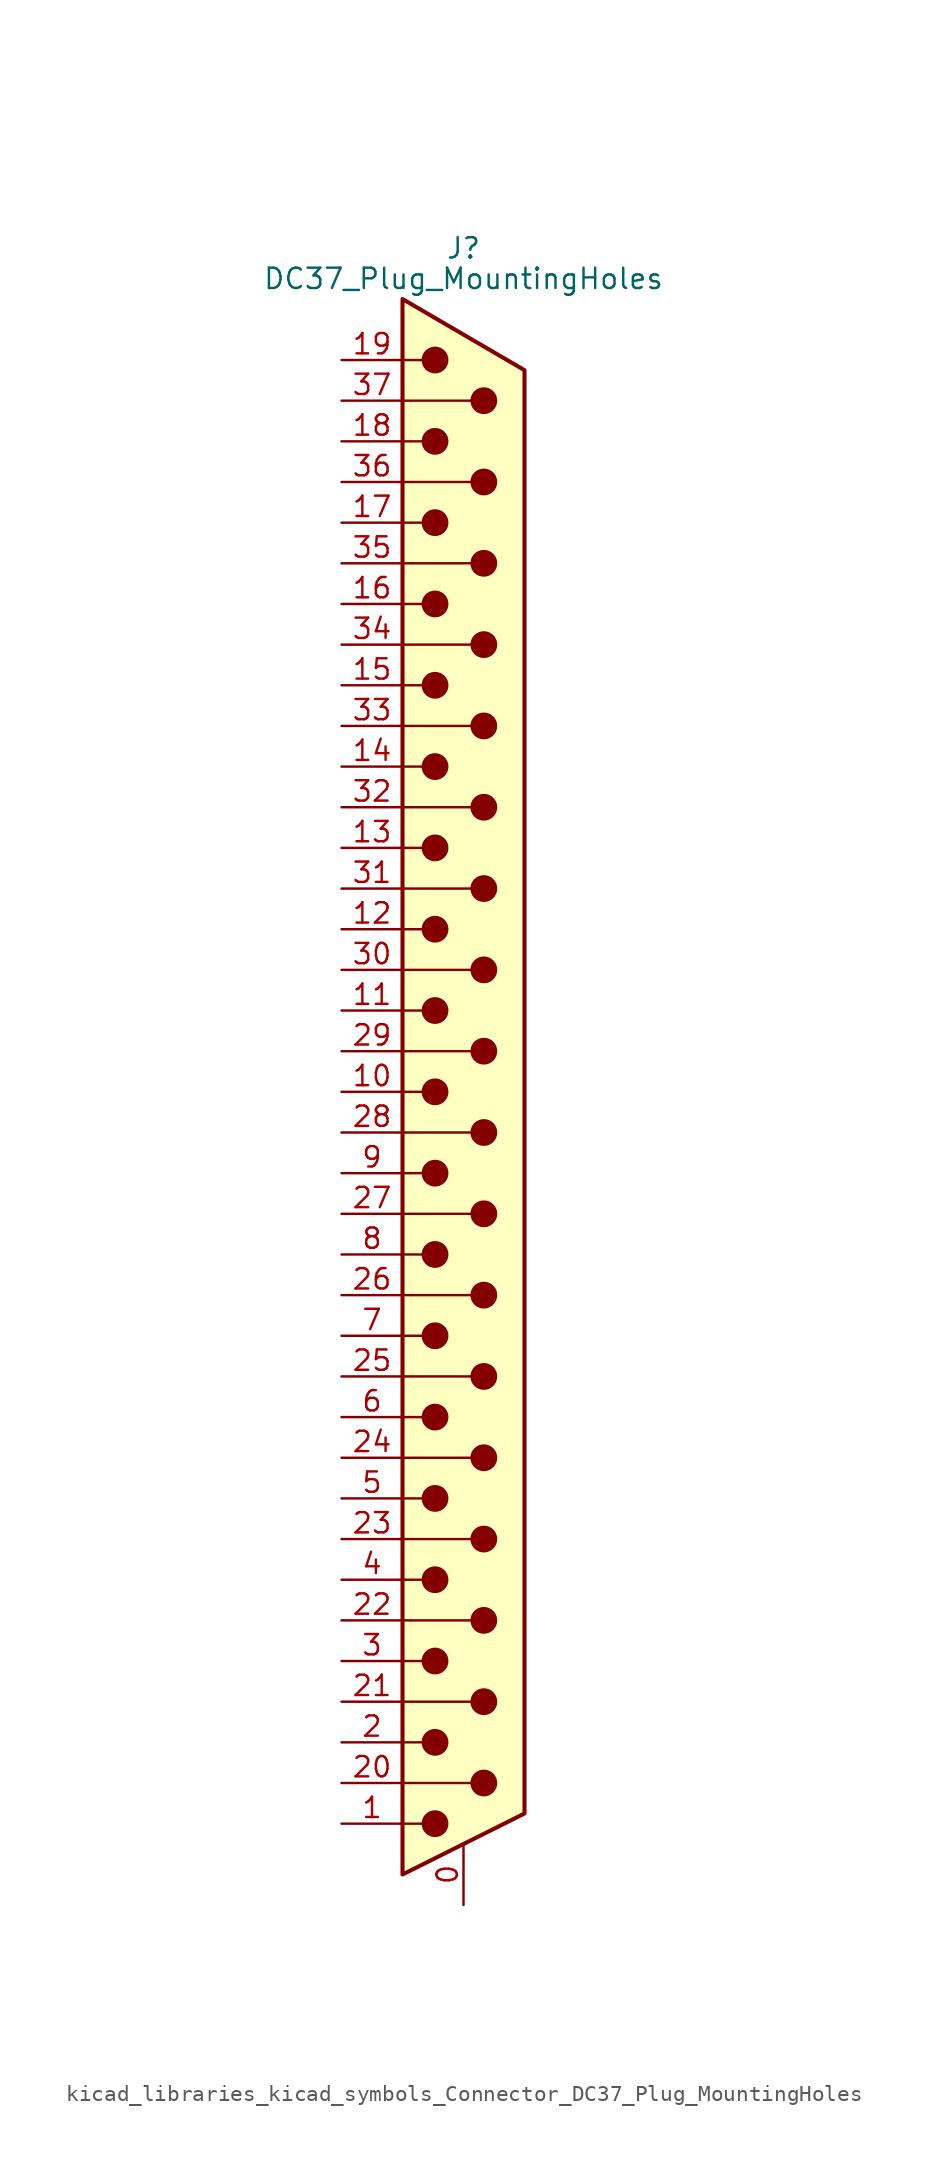
<source format=kicad_sym>
(kicad_symbol_lib
  (version 20220914)
  (generator kicad_symbol_editor)
  (symbol "kicad_libraries_kicad_symbols_Connector_DC37_Plug_MountingHoles"
    (pin_names
      (offset 1.016) hide)
    (property "Reference" "J"
      (at 0 52.705 0)
      (effects (font (size 1.27 1.27))))
    (property "Value" "DC37_Plug_MountingHoles"
      (at 0 50.8 0)
      (effects (font (size 1.27 1.27))))
    (symbol "kicad_libraries_kicad_symbols_Connector_DC37_Plug_MountingHoles_0_1"
      (circle (center -1.778 -45.72) (radius 0.762) (stroke (width 0) (type default)) (fill (type outline)))
      (circle (center -1.778 -40.64) (radius 0.762) (stroke (width 0) (type default)) (fill (type outline)))
      (circle (center -1.778 -35.56) (radius 0.762) (stroke (width 0) (type default)) (fill (type outline)))
      (circle (center -1.778 -30.48) (radius 0.762) (stroke (width 0) (type default)) (fill (type outline)))
      (circle (center -1.778 -25.4) (radius 0.762) (stroke (width 0) (type default)) (fill (type outline)))
      (circle (center -1.778 -20.32) (radius 0.762) (stroke (width 0) (type default)) (fill (type outline)))
      (circle (center -1.778 -15.24) (radius 0.762) (stroke (width 0) (type default)) (fill (type outline)))
      (circle (center -1.778 -10.16) (radius 0.762) (stroke (width 0) (type default)) (fill (type outline)))
      (circle (center -1.778 -5.08) (radius 0.762) (stroke (width 0) (type default)) (fill (type outline)))
      (circle (center -1.778 0) (radius 0.762) (stroke (width 0) (type default)) (fill (type outline)))
      (circle (center -1.778 5.08) (radius 0.762) (stroke (width 0) (type default)) (fill (type outline)))
      (circle (center -1.778 10.16) (radius 0.762) (stroke (width 0) (type default)) (fill (type outline)))
      (circle (center -1.778 15.24) (radius 0.762) (stroke (width 0) (type default)) (fill (type outline)))
      (circle (center -1.778 20.32) (radius 0.762) (stroke (width 0) (type default)) (fill (type outline)))
      (circle (center -1.778 25.4) (radius 0.762) (stroke (width 0) (type default)) (fill (type outline)))
      (circle (center -1.778 30.48) (radius 0.762) (stroke (width 0) (type default)) (fill (type outline)))
      (circle (center -1.778 35.56) (radius 0.762) (stroke (width 0) (type default)) (fill (type outline)))
      (circle (center -1.778 40.64) (radius 0.762) (stroke (width 0) (type default)) (fill (type outline)))
      (circle (center -1.778 45.72) (radius 0.762) (stroke (width 0) (type default)) (fill (type outline)))
      (polyline (pts (xy -3.81 -45.72) (xy -2.54 -45.72)) (stroke (width 0) (type default)) (fill (type none)))
      (polyline (pts (xy -3.81 -43.18) (xy 0.508 -43.18)) (stroke (width 0) (type default)) (fill (type none)))
      (polyline (pts (xy -3.81 -40.64) (xy -2.54 -40.64)) (stroke (width 0) (type default)) (fill (type none)))
      (polyline (pts (xy -3.81 -38.1) (xy 0.508 -38.1)) (stroke (width 0) (type default)) (fill (type none)))
      (polyline (pts (xy -3.81 -35.56) (xy -2.54 -35.56)) (stroke (width 0) (type default)) (fill (type none)))
      (polyline (pts (xy -3.81 -33.02) (xy 0.508 -33.02)) (stroke (width 0) (type default)) (fill (type none)))
      (polyline (pts (xy -3.81 -30.48) (xy -2.54 -30.48)) (stroke (width 0) (type default)) (fill (type none)))
      (polyline (pts (xy -3.81 -27.94) (xy 0.508 -27.94)) (stroke (width 0) (type default)) (fill (type none)))
      (polyline (pts (xy -3.81 -25.4) (xy -2.54 -25.4)) (stroke (width 0) (type default)) (fill (type none)))
      (polyline (pts (xy -3.81 -22.86) (xy 0.508 -22.86)) (stroke (width 0) (type default)) (fill (type none)))
      (polyline (pts (xy -3.81 -20.32) (xy -2.54 -20.32)) (stroke (width 0) (type default)) (fill (type none)))
      (polyline (pts (xy -3.81 -17.78) (xy 0.508 -17.78)) (stroke (width 0) (type default)) (fill (type none)))
      (polyline (pts (xy -3.81 -15.24) (xy -2.54 -15.24)) (stroke (width 0) (type default)) (fill (type none)))
      (polyline (pts (xy -3.81 -12.7) (xy 0.508 -12.7)) (stroke (width 0) (type default)) (fill (type none)))
      (polyline (pts (xy -3.81 -10.16) (xy -2.54 -10.16)) (stroke (width 0) (type default)) (fill (type none)))
      (polyline (pts (xy -3.81 -7.62) (xy 0.508 -7.62)) (stroke (width 0) (type default)) (fill (type none)))
      (polyline (pts (xy -3.81 -5.08) (xy -2.54 -5.08)) (stroke (width 0) (type default)) (fill (type none)))
      (polyline (pts (xy -3.81 -2.54) (xy 0.508 -2.54)) (stroke (width 0) (type default)) (fill (type none)))
      (polyline (pts (xy -3.81 0) (xy -2.54 0)) (stroke (width 0) (type default)) (fill (type none)))
      (polyline (pts (xy -3.81 2.54) (xy 0.508 2.54)) (stroke (width 0) (type default)) (fill (type none)))
      (polyline (pts (xy -3.81 5.08) (xy -2.54 5.08)) (stroke (width 0) (type default)) (fill (type none)))
      (polyline (pts (xy -3.81 7.62) (xy 0.508 7.62)) (stroke (width 0) (type default)) (fill (type none)))
      (polyline (pts (xy -3.81 10.16) (xy -2.54 10.16)) (stroke (width 0) (type default)) (fill (type none)))
      (polyline (pts (xy -3.81 12.7) (xy 0.508 12.7)) (stroke (width 0) (type default)) (fill (type none)))
      (polyline (pts (xy -3.81 15.24) (xy -2.54 15.24)) (stroke (width 0) (type default)) (fill (type none)))
      (polyline (pts (xy -3.81 17.78) (xy 0.508 17.78)) (stroke (width 0) (type default)) (fill (type none)))
      (polyline (pts (xy -3.81 20.32) (xy -2.54 20.32)) (stroke (width 0) (type default)) (fill (type none)))
      (polyline (pts (xy -3.81 22.86) (xy 0.508 22.86)) (stroke (width 0) (type default)) (fill (type none)))
      (polyline (pts (xy -3.81 25.4) (xy -2.54 25.4)) (stroke (width 0) (type default)) (fill (type none)))
      (polyline (pts (xy -3.81 27.94) (xy 0.508 27.94)) (stroke (width 0) (type default)) (fill (type none)))
      (polyline (pts (xy -3.81 30.48) (xy -2.54 30.48)) (stroke (width 0) (type default)) (fill (type none)))
      (polyline (pts (xy -3.81 33.02) (xy 0.508 33.02)) (stroke (width 0) (type default)) (fill (type none)))
      (polyline (pts (xy -3.81 35.56) (xy -2.54 35.56)) (stroke (width 0) (type default)) (fill (type none)))
      (polyline (pts (xy -3.81 38.1) (xy 0.508 38.1)) (stroke (width 0) (type default)) (fill (type none)))
      (polyline (pts (xy -3.81 40.64) (xy -2.54 40.64)) (stroke (width 0) (type default)) (fill (type none)))
      (polyline (pts (xy -3.81 43.18) (xy 0.508 43.18)) (stroke (width 0) (type default)) (fill (type none)))
      (polyline (pts (xy -3.81 45.72) (xy -2.54 45.72)) (stroke (width 0) (type default)) (fill (type none)))
      (polyline (pts (xy -3.81 49.53) (xy 3.81 45.085) (xy 3.81 -45.085) (xy -3.81 -48.895) (xy -3.81 49.53)) (stroke (width 0.254) (type default)) (fill (type background)))
      (circle (center 1.27 -43.18) (radius 0.762) (stroke (width 0) (type default)) (fill (type outline)))
      (circle (center 1.27 -38.1) (radius 0.762) (stroke (width 0) (type default)) (fill (type outline)))
      (circle (center 1.27 -33.02) (radius 0.762) (stroke (width 0) (type default)) (fill (type outline)))
      (circle (center 1.27 -27.94) (radius 0.762) (stroke (width 0) (type default)) (fill (type outline)))
      (circle (center 1.27 -22.86) (radius 0.762) (stroke (width 0) (type default)) (fill (type outline)))
      (circle (center 1.27 -17.78) (radius 0.762) (stroke (width 0) (type default)) (fill (type outline)))
      (circle (center 1.27 -12.7) (radius 0.762) (stroke (width 0) (type default)) (fill (type outline)))
      (circle (center 1.27 -7.62) (radius 0.762) (stroke (width 0) (type default)) (fill (type outline)))
      (circle (center 1.27 -2.54) (radius 0.762) (stroke (width 0) (type default)) (fill (type outline)))
      (circle (center 1.27 2.54) (radius 0.762) (stroke (width 0) (type default)) (fill (type outline)))
      (circle (center 1.27 7.62) (radius 0.762) (stroke (width 0) (type default)) (fill (type outline)))
      (circle (center 1.27 12.7) (radius 0.762) (stroke (width 0) (type default)) (fill (type outline)))
      (circle (center 1.27 17.78) (radius 0.762) (stroke (width 0) (type default)) (fill (type outline)))
      (circle (center 1.27 22.86) (radius 0.762) (stroke (width 0) (type default)) (fill (type outline)))
      (circle (center 1.27 27.94) (radius 0.762) (stroke (width 0) (type default)) (fill (type outline)))
      (circle (center 1.27 33.02) (radius 0.762) (stroke (width 0) (type default)) (fill (type outline)))
      (circle (center 1.27 38.1) (radius 0.762) (stroke (width 0) (type default)) (fill (type outline)))
      (circle (center 1.27 43.18) (radius 0.762) (stroke (width 0) (type default)) (fill (type outline))))
    (symbol "kicad_libraries_kicad_symbols_Connector_DC37_Plug_MountingHoles_1_1"
      (pin passive line (at 0 -50.8 90) (length 3.81) (name "PAD" (effects (font (size 1.27 1.27)))) (number "0" (effects (font (size 1.27 1.27)))))
      (pin passive line (at -7.62 -45.72 0) (length 3.81) (name "1" (effects (font (size 1.27 1.27)))) (number "1" (effects (font (size 1.27 1.27)))))
      (pin passive line (at -7.62 0 0) (length 3.81) (name "10" (effects (font (size 1.27 1.27)))) (number "10" (effects (font (size 1.27 1.27)))))
      (pin passive line (at -7.62 5.08 0) (length 3.81) (name "11" (effects (font (size 1.27 1.27)))) (number "11" (effects (font (size 1.27 1.27)))))
      (pin passive line (at -7.62 10.16 0) (length 3.81) (name "12" (effects (font (size 1.27 1.27)))) (number "12" (effects (font (size 1.27 1.27)))))
      (pin passive line (at -7.62 15.24 0) (length 3.81) (name "13" (effects (font (size 1.27 1.27)))) (number "13" (effects (font (size 1.27 1.27)))))
      (pin passive line (at -7.62 20.32 0) (length 3.81) (name "14" (effects (font (size 1.27 1.27)))) (number "14" (effects (font (size 1.27 1.27)))))
      (pin passive line (at -7.62 25.4 0) (length 3.81) (name "15" (effects (font (size 1.27 1.27)))) (number "15" (effects (font (size 1.27 1.27)))))
      (pin passive line (at -7.62 30.48 0) (length 3.81) (name "16" (effects (font (size 1.27 1.27)))) (number "16" (effects (font (size 1.27 1.27)))))
      (pin passive line (at -7.62 35.56 0) (length 3.81) (name "17" (effects (font (size 1.27 1.27)))) (number "17" (effects (font (size 1.27 1.27)))))
      (pin passive line (at -7.62 40.64 0) (length 3.81) (name "18" (effects (font (size 1.27 1.27)))) (number "18" (effects (font (size 1.27 1.27)))))
      (pin passive line (at -7.62 45.72 0) (length 3.81) (name "19" (effects (font (size 1.27 1.27)))) (number "19" (effects (font (size 1.27 1.27)))))
      (pin passive line (at -7.62 -40.64 0) (length 3.81) (name "2" (effects (font (size 1.27 1.27)))) (number "2" (effects (font (size 1.27 1.27)))))
      (pin passive line (at -7.62 -43.18 0) (length 3.81) (name "20" (effects (font (size 1.27 1.27)))) (number "20" (effects (font (size 1.27 1.27)))))
      (pin passive line (at -7.62 -38.1 0) (length 3.81) (name "21" (effects (font (size 1.27 1.27)))) (number "21" (effects (font (size 1.27 1.27)))))
      (pin passive line (at -7.62 -33.02 0) (length 3.81) (name "22" (effects (font (size 1.27 1.27)))) (number "22" (effects (font (size 1.27 1.27)))))
      (pin passive line (at -7.62 -27.94 0) (length 3.81) (name "23" (effects (font (size 1.27 1.27)))) (number "23" (effects (font (size 1.27 1.27)))))
      (pin passive line (at -7.62 -22.86 0) (length 3.81) (name "24" (effects (font (size 1.27 1.27)))) (number "24" (effects (font (size 1.27 1.27)))))
      (pin passive line (at -7.62 -17.78 0) (length 3.81) (name "25" (effects (font (size 1.27 1.27)))) (number "25" (effects (font (size 1.27 1.27)))))
      (pin passive line (at -7.62 -12.7 0) (length 3.81) (name "26" (effects (font (size 1.27 1.27)))) (number "26" (effects (font (size 1.27 1.27)))))
      (pin passive line (at -7.62 -7.62 0) (length 3.81) (name "27" (effects (font (size 1.27 1.27)))) (number "27" (effects (font (size 1.27 1.27)))))
      (pin passive line (at -7.62 -2.54 0) (length 3.81) (name "28" (effects (font (size 1.27 1.27)))) (number "28" (effects (font (size 1.27 1.27)))))
      (pin passive line (at -7.62 2.54 0) (length 3.81) (name "29" (effects (font (size 1.27 1.27)))) (number "29" (effects (font (size 1.27 1.27)))))
      (pin passive line (at -7.62 -35.56 0) (length 3.81) (name "3" (effects (font (size 1.27 1.27)))) (number "3" (effects (font (size 1.27 1.27)))))
      (pin passive line (at -7.62 7.62 0) (length 3.81) (name "30" (effects (font (size 1.27 1.27)))) (number "30" (effects (font (size 1.27 1.27)))))
      (pin passive line (at -7.62 12.7 0) (length 3.81) (name "31" (effects (font (size 1.27 1.27)))) (number "31" (effects (font (size 1.27 1.27)))))
      (pin passive line (at -7.62 17.78 0) (length 3.81) (name "32" (effects (font (size 1.27 1.27)))) (number "32" (effects (font (size 1.27 1.27)))))
      (pin passive line (at -7.62 22.86 0) (length 3.81) (name "33" (effects (font (size 1.27 1.27)))) (number "33" (effects (font (size 1.27 1.27)))))
      (pin passive line (at -7.62 27.94 0) (length 3.81) (name "34" (effects (font (size 1.27 1.27)))) (number "34" (effects (font (size 1.27 1.27)))))
      (pin passive line (at -7.62 33.02 0) (length 3.81) (name "35" (effects (font (size 1.27 1.27)))) (number "35" (effects (font (size 1.27 1.27)))))
      (pin passive line (at -7.62 38.1 0) (length 3.81) (name "36" (effects (font (size 1.27 1.27)))) (number "36" (effects (font (size 1.27 1.27)))))
      (pin passive line (at -7.62 43.18 0) (length 3.81) (name "37" (effects (font (size 1.27 1.27)))) (number "37" (effects (font (size 1.27 1.27)))))
      (pin passive line (at -7.62 -30.48 0) (length 3.81) (name "4" (effects (font (size 1.27 1.27)))) (number "4" (effects (font (size 1.27 1.27)))))
      (pin passive line (at -7.62 -25.4 0) (length 3.81) (name "5" (effects (font (size 1.27 1.27)))) (number "5" (effects (font (size 1.27 1.27)))))
      (pin passive line (at -7.62 -20.32 0) (length 3.81) (name "6" (effects (font (size 1.27 1.27)))) (number "6" (effects (font (size 1.27 1.27)))))
      (pin passive line (at -7.62 -15.24 0) (length 3.81) (name "7" (effects (font (size 1.27 1.27)))) (number "7" (effects (font (size 1.27 1.27)))))
      (pin passive line (at -7.62 -10.16 0) (length 3.81) (name "8" (effects (font (size 1.27 1.27)))) (number "8" (effects (font (size 1.27 1.27)))))
      (pin passive line (at -7.62 -5.08 0) (length 3.81) (name "9" (effects (font (size 1.27 1.27)))) (number "9" (effects (font (size 1.27 1.27))))))))
</source>
